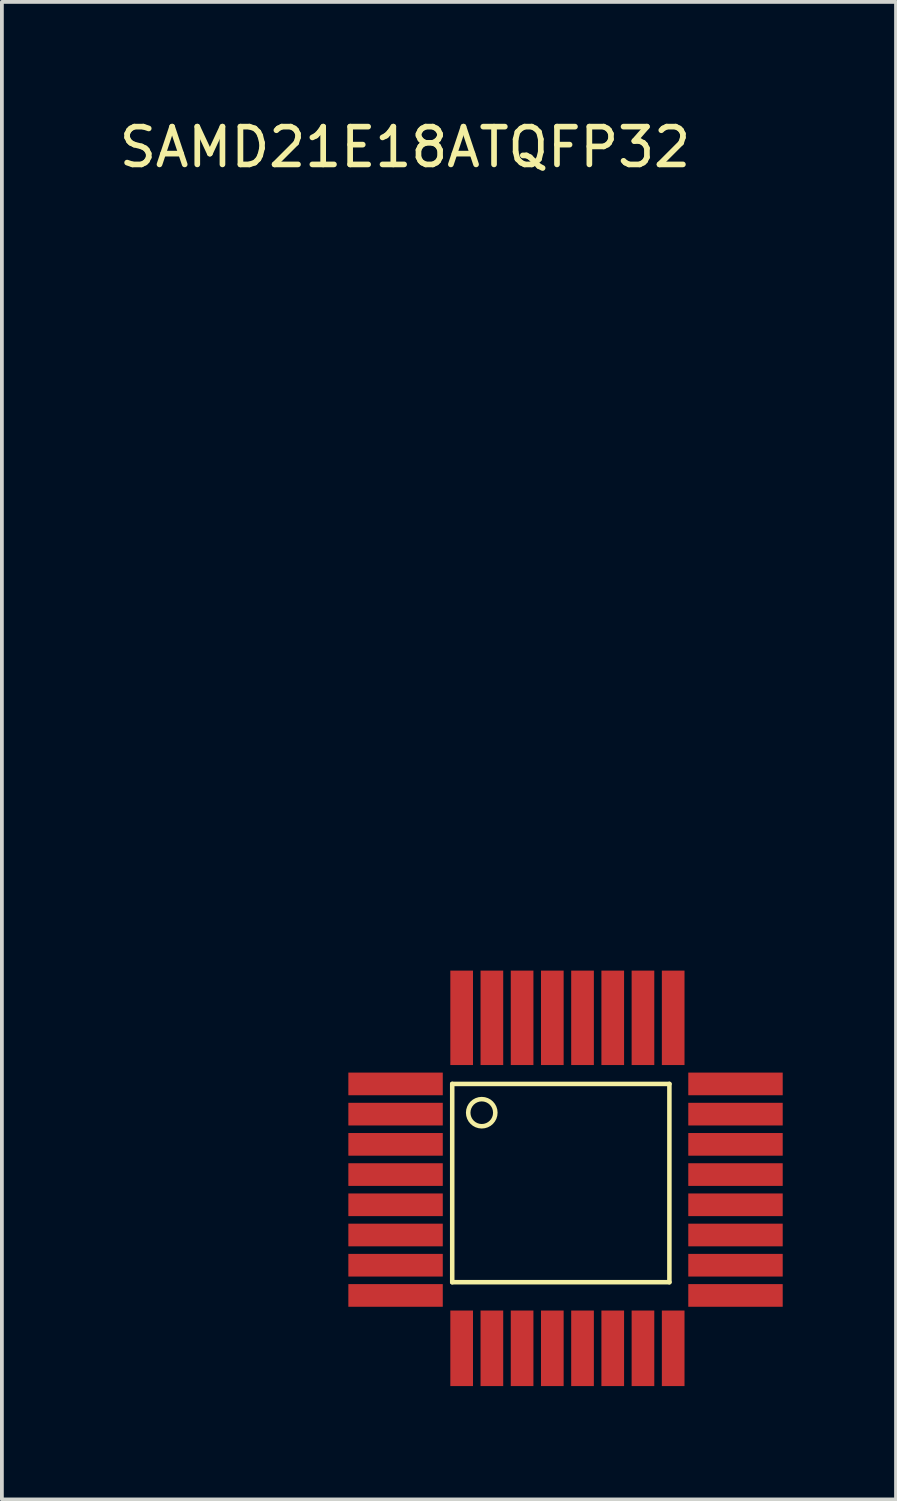
<source format=kicad_pcb>
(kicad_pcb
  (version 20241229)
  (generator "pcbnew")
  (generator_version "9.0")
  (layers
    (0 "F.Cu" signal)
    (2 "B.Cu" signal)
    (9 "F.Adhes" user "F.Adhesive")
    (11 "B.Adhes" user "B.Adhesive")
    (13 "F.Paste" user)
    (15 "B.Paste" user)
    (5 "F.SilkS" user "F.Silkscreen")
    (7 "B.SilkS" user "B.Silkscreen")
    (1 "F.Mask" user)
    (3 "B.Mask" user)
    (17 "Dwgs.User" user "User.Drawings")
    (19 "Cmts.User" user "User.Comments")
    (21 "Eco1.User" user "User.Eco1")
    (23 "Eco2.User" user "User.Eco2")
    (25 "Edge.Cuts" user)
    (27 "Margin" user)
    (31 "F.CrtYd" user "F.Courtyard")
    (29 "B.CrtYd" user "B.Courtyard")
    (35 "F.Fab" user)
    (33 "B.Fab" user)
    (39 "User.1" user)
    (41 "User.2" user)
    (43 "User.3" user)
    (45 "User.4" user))
  (footprint "SAMD21E18ATQFP32"
    (layer "F.Cu")
    (at 7.673 25.648)
    (property "Reference" "SAMD21E18ATQFP32" (at 0 -24.8 0) (layer "F.SilkS") (effects (font (size 1 1) (thickness 0.15))))
    (attr through_hole)
    (fp_line (start 1.25 0) (end 7 0) (stroke (width 0.12) (type solid)) (layer "F.SilkS"))
    (fp_line (start 1.25 5.25) (end 1.25 0) (stroke (width 0.12) (type solid)) (layer "F.SilkS"))
    (fp_line (start 7 0) (end 7 5.25) (stroke (width 0.12) (type solid)) (layer "F.SilkS"))
    (fp_line (start 7 5.25) (end 1.25 5.25) (stroke (width 0.12) (type solid)) (layer "F.SilkS"))
    (fp_circle (center 2.032 0.762) (end 2.286 1.016) (stroke (width 0.12) (type solid)) (fill no) (layer "F.SilkS"))
    (pad "1" smd rect (at -0.25 0) (size 2.5 0.6) (layers "F.Cu" "F.Mask" "F.Paste"))
    (pad "2" smd rect (at -0.25 0.8) (size 2.5 0.6) (layers "F.Cu" "F.Mask" "F.Paste"))
    (pad "3" smd rect (at -0.25 1.6) (size 2.5 0.6) (layers "F.Cu" "F.Mask" "F.Paste"))
    (pad "4" smd rect (at -0.25 2.4) (size 2.5 0.6) (layers "F.Cu" "F.Mask" "F.Paste"))
    (pad "5" smd rect (at -0.25 3.2) (size 2.5 0.6) (layers "F.Cu" "F.Mask" "F.Paste"))
    (pad "6" smd rect (at -0.25 4) (size 2.5 0.6) (layers "F.Cu" "F.Mask" "F.Paste"))
    (pad "7" smd rect (at -0.25 4.8) (size 2.5 0.6) (layers "F.Cu" "F.Mask" "F.Paste"))
    (pad "8" smd rect (at -0.25 5.6) (size 2.5 0.6) (layers "F.Cu" "F.Mask" "F.Paste"))
    (pad "9" smd rect (at 1.5 7 90) (size 2 0.6) (layers "F.Cu" "F.Mask" "F.Paste"))
    (pad "10" smd rect (at 2.3 7 90) (size 2 0.6) (layers "F.Cu" "F.Mask" "F.Paste"))
    (pad "11" smd rect (at 3.1 7 90) (size 2 0.6) (layers "F.Cu" "F.Mask" "F.Paste"))
    (pad "12" smd rect (at 3.9 7 90) (size 2 0.6) (layers "F.Cu" "F.Mask" "F.Paste"))
    (pad "13" smd rect (at 4.7 7 90) (size 2 0.6) (layers "F.Cu" "F.Mask" "F.Paste"))
    (pad "14" smd rect (at 5.5 7 90) (size 2 0.6) (layers "F.Cu" "F.Mask" "F.Paste"))
    (pad "15" smd rect (at 6.3 7 90) (size 2 0.6) (layers "F.Cu" "F.Mask" "F.Paste"))
    (pad "16" smd rect (at 7.1 7 90) (size 2 0.6) (layers "F.Cu" "F.Mask" "F.Paste"))
    (pad "17" smd rect (at 8.75 5.6) (size 2.5 0.6) (layers "F.Cu" "F.Mask" "F.Paste"))
    (pad "18" smd rect (at 8.75 4.8) (size 2.5 0.6) (layers "F.Cu" "F.Mask" "F.Paste"))
    (pad "19" smd rect (at 8.75 4) (size 2.5 0.6) (layers "F.Cu" "F.Mask" "F.Paste"))
    (pad "20" smd rect (at 8.75 3.2) (size 2.5 0.6) (layers "F.Cu" "F.Mask" "F.Paste"))
    (pad "21" smd rect (at 8.75 2.4) (size 2.5 0.6) (layers "F.Cu" "F.Mask" "F.Paste"))
    (pad "22" smd rect (at 8.75 1.6) (size 2.5 0.6) (layers "F.Cu" "F.Mask" "F.Paste"))
    (pad "23" smd rect (at 8.75 0.8) (size 2.5 0.6) (layers "F.Cu" "F.Mask" "F.Paste"))
    (pad "24" smd rect (at 8.75 0) (size 2.5 0.6) (layers "F.Cu" "F.Mask" "F.Paste"))
    (pad "25" smd rect (at 7.1 -1.75 90) (size 2.5 0.6) (layers "F.Cu" "F.Mask" "F.Paste"))
    (pad "26" smd rect (at 6.3 -1.75 90) (size 2.5 0.6) (layers "F.Cu" "F.Mask" "F.Paste"))
    (pad "27" smd rect (at 5.5 -1.75 90) (size 2.5 0.6) (layers "F.Cu" "F.Mask" "F.Paste"))
    (pad "28" smd rect (at 4.7 -1.75 90) (size 2.5 0.6) (layers "F.Cu" "F.Mask" "F.Paste"))
    (pad "29" smd rect (at 3.9 -1.75 90) (size 2.5 0.6) (layers "F.Cu" "F.Mask" "F.Paste"))
    (pad "30" smd rect (at 3.1 -1.75 90) (size 2.5 0.6) (layers "F.Cu" "F.Mask" "F.Paste"))
    (pad "31" smd rect (at 2.3 -1.75 90) (size 2.5 0.6) (layers "F.Cu" "F.Mask" "F.Paste"))
    (pad "32" smd rect (at 1.5 -1.75 90) (size 2.5 0.6) (layers "F.Cu" "F.Mask" "F.Paste")))
  (gr_rect
    (start -3 -3)
    (end 20.673 36.648)
    (stroke (width 0.1) (type default))
    (fill no)
    (layer "Edge.Cuts")))
</source>
